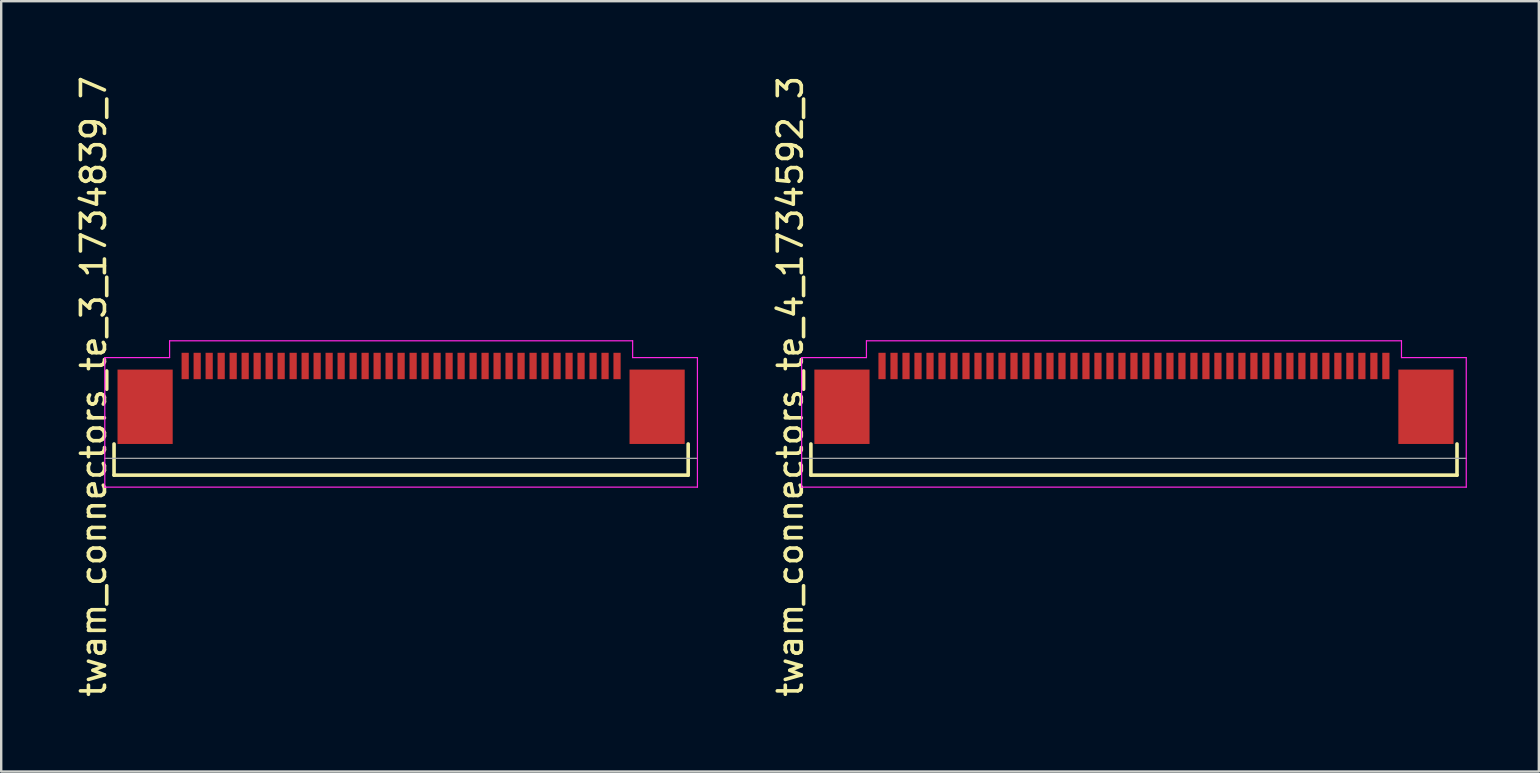
<source format=kicad_pcb>
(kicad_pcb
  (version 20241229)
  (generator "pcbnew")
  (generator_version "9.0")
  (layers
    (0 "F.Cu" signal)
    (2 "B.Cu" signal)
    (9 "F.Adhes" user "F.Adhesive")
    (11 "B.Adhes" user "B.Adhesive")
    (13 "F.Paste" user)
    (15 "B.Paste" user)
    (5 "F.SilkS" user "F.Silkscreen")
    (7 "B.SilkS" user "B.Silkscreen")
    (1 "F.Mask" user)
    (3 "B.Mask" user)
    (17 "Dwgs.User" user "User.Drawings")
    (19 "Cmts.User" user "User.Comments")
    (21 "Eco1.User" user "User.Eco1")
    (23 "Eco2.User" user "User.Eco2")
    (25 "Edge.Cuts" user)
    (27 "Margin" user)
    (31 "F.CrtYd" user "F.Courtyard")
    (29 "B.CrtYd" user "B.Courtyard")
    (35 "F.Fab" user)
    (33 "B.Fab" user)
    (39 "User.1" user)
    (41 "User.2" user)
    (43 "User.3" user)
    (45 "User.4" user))
  (footprint "twam_connectors_te_4_1734592_3"
    (layer "F.Cu")
    (at 44.212 13.054)
    (property "Reference" "twam_connectors_te_4_1734592_3" (at -14.32 0 270) (layer "F.SilkS") (effects (font (size 1 1) (thickness 0.15))))
    (attr smd)
    (fp_line (start -13.465 2.4) (end -13.465 3.7) (stroke (width 0.15) (type solid)) (layer "F.SilkS"))
    (fp_line (start -13.465 3.7) (end 13.465 3.7) (stroke (width 0.15) (type solid)) (layer "F.SilkS"))
    (fp_line (start 13.465 2.4) (end 13.465 3.7) (stroke (width 0.15) (type solid)) (layer "F.SilkS"))
    (fp_line (start -13.85 -1.2) (end -13.85 4.2) (stroke (width 0.05) (type solid)) (layer "F.CrtYd"))
    (fp_line (start -13.85 -1.2) (end -11.15 -1.2) (stroke (width 0.05) (type solid)) (layer "F.CrtYd"))
    (fp_line (start -13.85 4.2) (end 13.85 4.2) (stroke (width 0.05) (type solid)) (layer "F.CrtYd"))
    (fp_line (start -11.15 -1.9) (end -11.15 -1.2) (stroke (width 0.05) (type solid)) (layer "F.CrtYd"))
    (fp_line (start -11.15 -1.9) (end 11.15 -1.9) (stroke (width 0.05) (type solid)) (layer "F.CrtYd"))
    (fp_line (start 11.15 -1.9) (end 11.15 -1.2) (stroke (width 0.05) (type solid)) (layer "F.CrtYd"))
    (fp_line (start 11.15 -1.2) (end 13.85 -1.2) (stroke (width 0.05) (type solid)) (layer "F.CrtYd"))
    (fp_line (start 13.85 -1.2) (end 13.85 4.2) (stroke (width 0.05) (type solid)) (layer "F.CrtYd"))
    (fp_line (start -13.85 3) (end 13.85 3) (stroke (width 0.05) (type solid)) (layer "F.Fab"))
    (pad "1" smd rect (at -10.5 -0.85) (size 0.3 1.1) (layers "F.Cu" "F.Mask" "F.Paste"))
    (pad "2" smd rect (at -10 -0.85) (size 0.3 1.1) (layers "F.Cu" "F.Mask" "F.Paste"))
    (pad "3" smd rect (at -9.5 -0.85) (size 0.3 1.1) (layers "F.Cu" "F.Mask" "F.Paste"))
    (pad "4" smd rect (at -9 -0.85) (size 0.3 1.1) (layers "F.Cu" "F.Mask" "F.Paste"))
    (pad "5" smd rect (at -8.5 -0.85) (size 0.3 1.1) (layers "F.Cu" "F.Mask" "F.Paste"))
    (pad "6" smd rect (at -8 -0.85) (size 0.3 1.1) (layers "F.Cu" "F.Mask" "F.Paste"))
    (pad "7" smd rect (at -7.5 -0.85) (size 0.3 1.1) (layers "F.Cu" "F.Mask" "F.Paste"))
    (pad "8" smd rect (at -7 -0.85) (size 0.3 1.1) (layers "F.Cu" "F.Mask" "F.Paste"))
    (pad "9" smd rect (at -6.5 -0.85) (size 0.3 1.1) (layers "F.Cu" "F.Mask" "F.Paste"))
    (pad "10" smd rect (at -6 -0.85) (size 0.3 1.1) (layers "F.Cu" "F.Mask" "F.Paste"))
    (pad "11" smd rect (at -5.5 -0.85) (size 0.3 1.1) (layers "F.Cu" "F.Mask" "F.Paste"))
    (pad "12" smd rect (at -5 -0.85) (size 0.3 1.1) (layers "F.Cu" "F.Mask" "F.Paste"))
    (pad "13" smd rect (at -4.5 -0.85) (size 0.3 1.1) (layers "F.Cu" "F.Mask" "F.Paste"))
    (pad "14" smd rect (at -4 -0.85) (size 0.3 1.1) (layers "F.Cu" "F.Mask" "F.Paste"))
    (pad "15" smd rect (at -3.5 -0.85) (size 0.3 1.1) (layers "F.Cu" "F.Mask" "F.Paste"))
    (pad "16" smd rect (at -3 -0.85) (size 0.3 1.1) (layers "F.Cu" "F.Mask" "F.Paste"))
    (pad "17" smd rect (at -2.5 -0.85) (size 0.3 1.1) (layers "F.Cu" "F.Mask" "F.Paste"))
    (pad "18" smd rect (at -2 -0.85) (size 0.3 1.1) (layers "F.Cu" "F.Mask" "F.Paste"))
    (pad "19" smd rect (at -1.5 -0.85) (size 0.3 1.1) (layers "F.Cu" "F.Mask" "F.Paste"))
    (pad "20" smd rect (at -1 -0.85) (size 0.3 1.1) (layers "F.Cu" "F.Mask" "F.Paste"))
    (pad "21" smd rect (at -0.5 -0.85) (size 0.3 1.1) (layers "F.Cu" "F.Mask" "F.Paste"))
    (pad "22" smd rect (at 0 -0.85) (size 0.3 1.1) (layers "F.Cu" "F.Mask" "F.Paste"))
    (pad "23" smd rect (at 0.5 -0.85) (size 0.3 1.1) (layers "F.Cu" "F.Mask" "F.Paste"))
    (pad "24" smd rect (at 1 -0.85) (size 0.3 1.1) (layers "F.Cu" "F.Mask" "F.Paste"))
    (pad "25" smd rect (at 1.5 -0.85) (size 0.3 1.1) (layers "F.Cu" "F.Mask" "F.Paste"))
    (pad "26" smd rect (at 2 -0.85) (size 0.3 1.1) (layers "F.Cu" "F.Mask" "F.Paste"))
    (pad "27" smd rect (at 2.5 -0.85) (size 0.3 1.1) (layers "F.Cu" "F.Mask" "F.Paste"))
    (pad "28" smd rect (at 3 -0.85) (size 0.3 1.1) (layers "F.Cu" "F.Mask" "F.Paste"))
    (pad "29" smd rect (at 3.5 -0.85) (size 0.3 1.1) (layers "F.Cu" "F.Mask" "F.Paste"))
    (pad "30" smd rect (at 4 -0.85) (size 0.3 1.1) (layers "F.Cu" "F.Mask" "F.Paste"))
    (pad "31" smd rect (at 4.5 -0.85) (size 0.3 1.1) (layers "F.Cu" "F.Mask" "F.Paste"))
    (pad "32" smd rect (at 5 -0.85) (size 0.3 1.1) (layers "F.Cu" "F.Mask" "F.Paste"))
    (pad "33" smd rect (at 5.5 -0.85) (size 0.3 1.1) (layers "F.Cu" "F.Mask" "F.Paste"))
    (pad "34" smd rect (at 6 -0.85) (size 0.3 1.1) (layers "F.Cu" "F.Mask" "F.Paste"))
    (pad "35" smd rect (at 6.5 -0.85) (size 0.3 1.1) (layers "F.Cu" "F.Mask" "F.Paste"))
    (pad "36" smd rect (at 7 -0.85) (size 0.3 1.1) (layers "F.Cu" "F.Mask" "F.Paste"))
    (pad "37" smd rect (at 7.5 -0.85) (size 0.3 1.1) (layers "F.Cu" "F.Mask" "F.Paste"))
    (pad "38" smd rect (at 8 -0.85) (size 0.3 1.1) (layers "F.Cu" "F.Mask" "F.Paste"))
    (pad "39" smd rect (at 8.5 -0.85) (size 0.3 1.1) (layers "F.Cu" "F.Mask" "F.Paste"))
    (pad "40" smd rect (at 9 -0.85) (size 0.3 1.1) (layers "F.Cu" "F.Mask" "F.Paste"))
    (pad "41" smd rect (at 9.5 -0.85) (size 0.3 1.1) (layers "F.Cu" "F.Mask" "F.Paste"))
    (pad "42" smd rect (at 10 -0.85) (size 0.3 1.1) (layers "F.Cu" "F.Mask" "F.Paste"))
    (pad "43" smd rect (at 10.5 -0.85) (size 0.3 1.1) (layers "F.Cu" "F.Mask" "F.Paste"))
    (pad "F1" smd rect (at -12.17 0.85) (size 2.3 3.1) (layers "F.Cu" "F.Mask" "F.Paste"))
    (pad "F2" smd rect (at 12.17 0.85) (size 2.3 3.1) (layers "F.Cu" "F.Mask" "F.Paste")))
  (footprint "twam_connectors_te_3_1734839_7"
    (layer "F.Cu")
    (at 13.668 13.054)
    (property "Reference" "twam_connectors_te_3_1734839_7" (at -12.82 0 270) (layer "F.SilkS") (effects (font (size 1 1) (thickness 0.15))))
    (attr smd)
    (fp_line (start -11.965 2.4) (end -11.965 3.7) (stroke (width 0.15) (type solid)) (layer "F.SilkS"))
    (fp_line (start -11.965 3.7) (end 11.965 3.7) (stroke (width 0.15) (type solid)) (layer "F.SilkS"))
    (fp_line (start 11.965 2.4) (end 11.965 3.7) (stroke (width 0.15) (type solid)) (layer "F.SilkS"))
    (fp_line (start -12.35 -1.2) (end -12.35 4.2) (stroke (width 0.05) (type solid)) (layer "F.CrtYd"))
    (fp_line (start -12.35 -1.2) (end -9.65 -1.2) (stroke (width 0.05) (type solid)) (layer "F.CrtYd"))
    (fp_line (start -12.35 4.2) (end 12.35 4.2) (stroke (width 0.05) (type solid)) (layer "F.CrtYd"))
    (fp_line (start -9.65 -1.9) (end -9.65 -1.2) (stroke (width 0.05) (type solid)) (layer "F.CrtYd"))
    (fp_line (start -9.65 -1.9) (end 9.65 -1.9) (stroke (width 0.05) (type solid)) (layer "F.CrtYd"))
    (fp_line (start 9.65 -1.9) (end 9.65 -1.2) (stroke (width 0.05) (type solid)) (layer "F.CrtYd"))
    (fp_line (start 9.65 -1.2) (end 12.35 -1.2) (stroke (width 0.05) (type solid)) (layer "F.CrtYd"))
    (fp_line (start 12.35 -1.2) (end 12.35 4.2) (stroke (width 0.05) (type solid)) (layer "F.CrtYd"))
    (fp_line (start -12.35 3) (end 12.35 3) (stroke (width 0.05) (type solid)) (layer "F.Fab"))
    (pad "1" smd rect (at 9 -0.85) (size 0.3 1.1) (layers "F.Cu" "F.Mask" "F.Paste"))
    (pad "2" smd rect (at 8.5 -0.85) (size 0.3 1.1) (layers "F.Cu" "F.Mask" "F.Paste"))
    (pad "3" smd rect (at 8 -0.85) (size 0.3 1.1) (layers "F.Cu" "F.Mask" "F.Paste"))
    (pad "4" smd rect (at 7.5 -0.85) (size 0.3 1.1) (layers "F.Cu" "F.Mask" "F.Paste"))
    (pad "5" smd rect (at 7 -0.85) (size 0.3 1.1) (layers "F.Cu" "F.Mask" "F.Paste"))
    (pad "6" smd rect (at 6.5 -0.85) (size 0.3 1.1) (layers "F.Cu" "F.Mask" "F.Paste"))
    (pad "7" smd rect (at 6 -0.85) (size 0.3 1.1) (layers "F.Cu" "F.Mask" "F.Paste"))
    (pad "8" smd rect (at 5.5 -0.85) (size 0.3 1.1) (layers "F.Cu" "F.Mask" "F.Paste"))
    (pad "9" smd rect (at 5 -0.85) (size 0.3 1.1) (layers "F.Cu" "F.Mask" "F.Paste"))
    (pad "10" smd rect (at 4.5 -0.85) (size 0.3 1.1) (layers "F.Cu" "F.Mask" "F.Paste"))
    (pad "11" smd rect (at 4 -0.85) (size 0.3 1.1) (layers "F.Cu" "F.Mask" "F.Paste"))
    (pad "12" smd rect (at 3.5 -0.85) (size 0.3 1.1) (layers "F.Cu" "F.Mask" "F.Paste"))
    (pad "13" smd rect (at 3 -0.85) (size 0.3 1.1) (layers "F.Cu" "F.Mask" "F.Paste"))
    (pad "14" smd rect (at 2.5 -0.85) (size 0.3 1.1) (layers "F.Cu" "F.Mask" "F.Paste"))
    (pad "15" smd rect (at 2 -0.85) (size 0.3 1.1) (layers "F.Cu" "F.Mask" "F.Paste"))
    (pad "16" smd rect (at 1.5 -0.85) (size 0.3 1.1) (layers "F.Cu" "F.Mask" "F.Paste"))
    (pad "17" smd rect (at 1 -0.85) (size 0.3 1.1) (layers "F.Cu" "F.Mask" "F.Paste"))
    (pad "18" smd rect (at 0.5 -0.85) (size 0.3 1.1) (layers "F.Cu" "F.Mask" "F.Paste"))
    (pad "19" smd rect (at 0 -0.85) (size 0.3 1.1) (layers "F.Cu" "F.Mask" "F.Paste"))
    (pad "20" smd rect (at -0.5 -0.85) (size 0.3 1.1) (layers "F.Cu" "F.Mask" "F.Paste"))
    (pad "21" smd rect (at -1 -0.85) (size 0.3 1.1) (layers "F.Cu" "F.Mask" "F.Paste"))
    (pad "22" smd rect (at -1.5 -0.85) (size 0.3 1.1) (layers "F.Cu" "F.Mask" "F.Paste"))
    (pad "23" smd rect (at -2 -0.85) (size 0.3 1.1) (layers "F.Cu" "F.Mask" "F.Paste"))
    (pad "24" smd rect (at -2.5 -0.85) (size 0.3 1.1) (layers "F.Cu" "F.Mask" "F.Paste"))
    (pad "25" smd rect (at -3 -0.85) (size 0.3 1.1) (layers "F.Cu" "F.Mask" "F.Paste"))
    (pad "26" smd rect (at -3.5 -0.85) (size 0.3 1.1) (layers "F.Cu" "F.Mask" "F.Paste"))
    (pad "27" smd rect (at -4 -0.85) (size 0.3 1.1) (layers "F.Cu" "F.Mask" "F.Paste"))
    (pad "28" smd rect (at -4.5 -0.85) (size 0.3 1.1) (layers "F.Cu" "F.Mask" "F.Paste"))
    (pad "29" smd rect (at -5 -0.85) (size 0.3 1.1) (layers "F.Cu" "F.Mask" "F.Paste"))
    (pad "30" smd rect (at -5.5 -0.85) (size 0.3 1.1) (layers "F.Cu" "F.Mask" "F.Paste"))
    (pad "31" smd rect (at -6 -0.85) (size 0.3 1.1) (layers "F.Cu" "F.Mask" "F.Paste"))
    (pad "32" smd rect (at -6.5 -0.85) (size 0.3 1.1) (layers "F.Cu" "F.Mask" "F.Paste"))
    (pad "33" smd rect (at -7 -0.85) (size 0.3 1.1) (layers "F.Cu" "F.Mask" "F.Paste"))
    (pad "34" smd rect (at -7.5 -0.85) (size 0.3 1.1) (layers "F.Cu" "F.Mask" "F.Paste"))
    (pad "35" smd rect (at -8 -0.85) (size 0.3 1.1) (layers "F.Cu" "F.Mask" "F.Paste"))
    (pad "36" smd rect (at -8.5 -0.85) (size 0.3 1.1) (layers "F.Cu" "F.Mask" "F.Paste"))
    (pad "37" smd rect (at -9 -0.85) (size 0.3 1.1) (layers "F.Cu" "F.Mask" "F.Paste"))
    (pad "F1" smd rect (at -10.67 0.85) (size 2.3 3.1) (layers "F.Cu" "F.Mask" "F.Paste"))
    (pad "F2" smd rect (at 10.67 0.85) (size 2.3 3.1) (layers "F.Cu" "F.Mask" "F.Paste")))
  (gr_rect
    (start -3 -3)
    (end 61.087 29.107)
    (stroke (width 0.1) (type default))
    (fill no)
    (layer "Edge.Cuts")))
</source>
